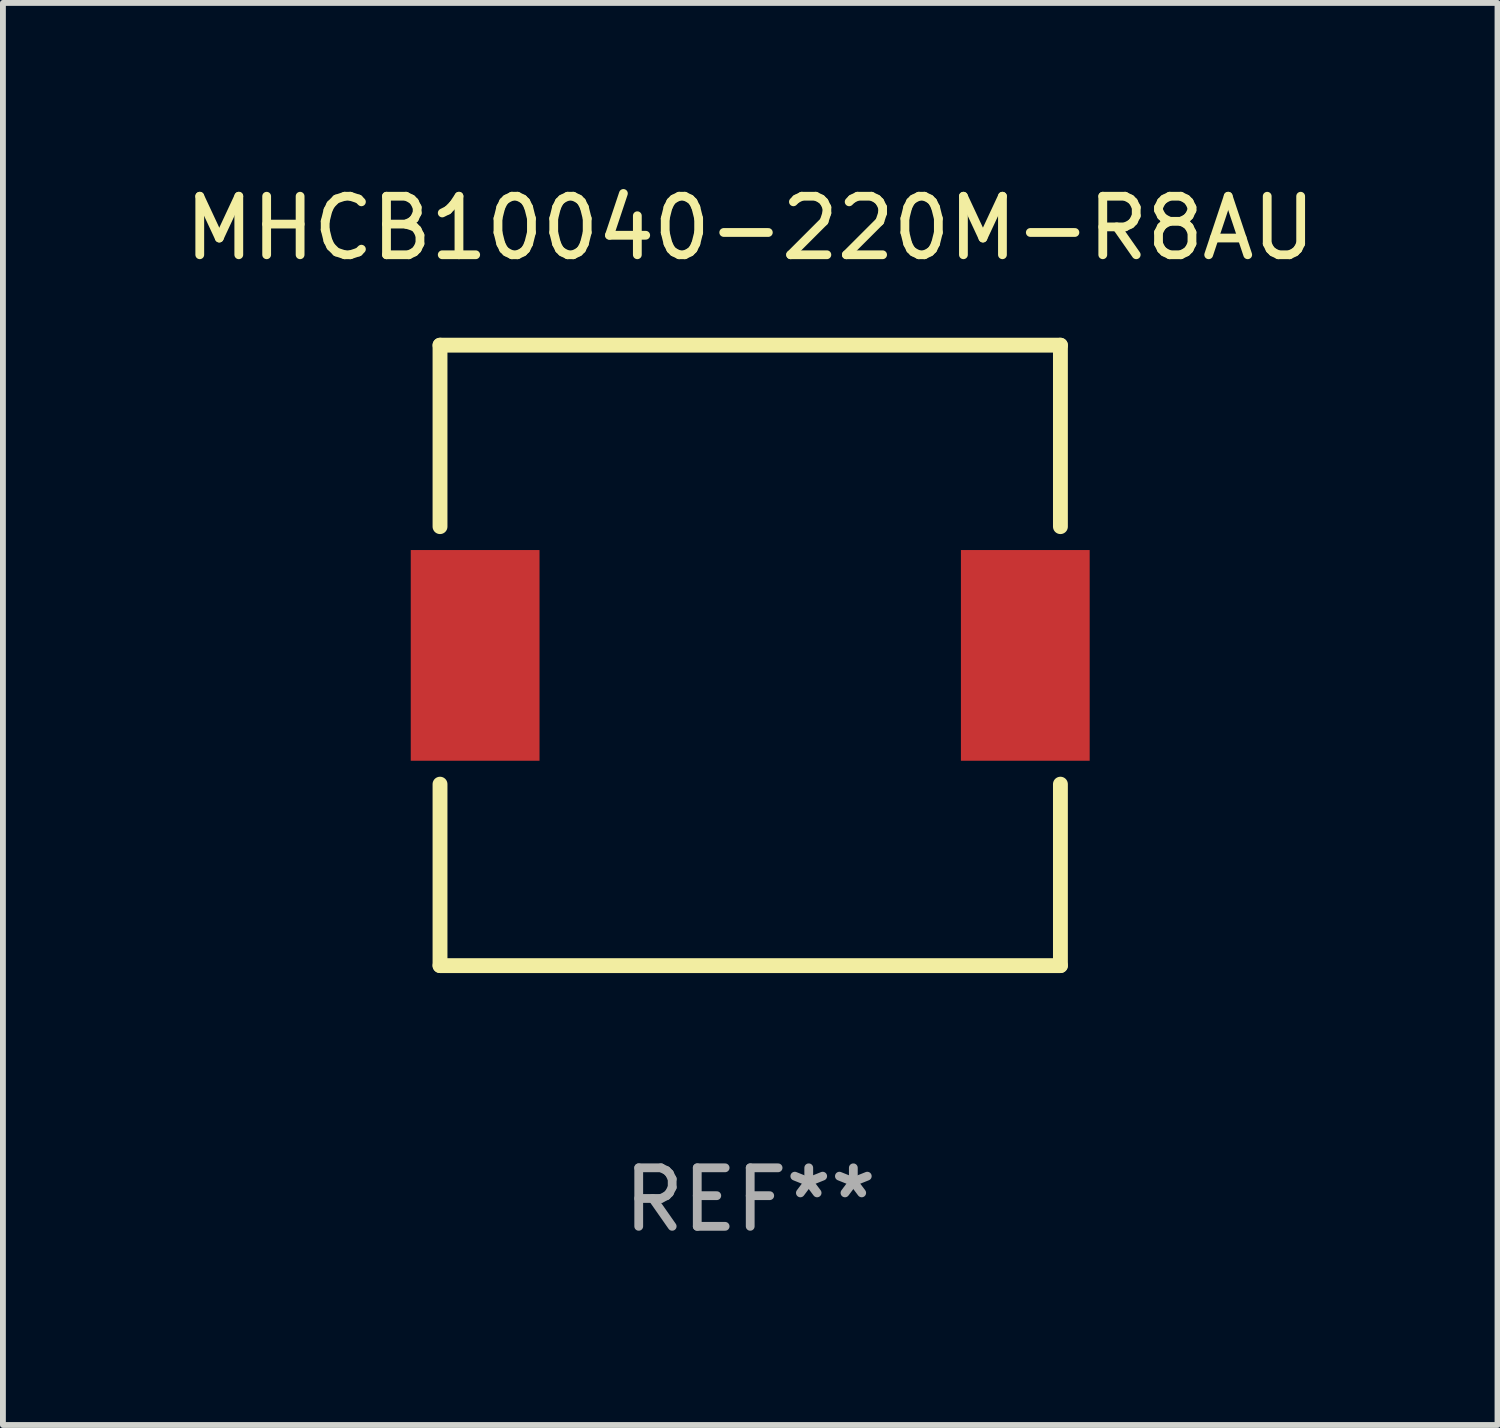
<source format=kicad_pcb>
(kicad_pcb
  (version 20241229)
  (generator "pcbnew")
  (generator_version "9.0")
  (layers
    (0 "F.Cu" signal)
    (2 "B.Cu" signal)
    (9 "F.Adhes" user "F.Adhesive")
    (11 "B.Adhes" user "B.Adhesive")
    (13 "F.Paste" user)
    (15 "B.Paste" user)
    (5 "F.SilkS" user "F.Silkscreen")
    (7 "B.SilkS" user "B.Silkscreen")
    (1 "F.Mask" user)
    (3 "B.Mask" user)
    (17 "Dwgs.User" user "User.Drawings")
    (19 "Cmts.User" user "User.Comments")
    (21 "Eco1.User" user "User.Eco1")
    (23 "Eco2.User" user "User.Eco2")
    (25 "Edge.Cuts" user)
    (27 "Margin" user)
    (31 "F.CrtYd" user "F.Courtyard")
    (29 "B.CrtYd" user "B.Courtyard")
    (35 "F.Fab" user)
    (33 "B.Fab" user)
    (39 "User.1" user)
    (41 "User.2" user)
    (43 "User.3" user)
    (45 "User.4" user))
  (footprint "MHCB10040-220M-R8AU"
    (layer "F.Cu")
    (at 9.768 8.148)
    (property "Reference" "MHCB10040-220M-R8AU" (at 0 -7.3 0) (layer "F.SilkS") (effects (font (size 1 1) (thickness 0.15))))
    (attr through_hole)
    (fp_line (start -5.3 5.3) (end 5.3 5.3) (stroke (width 0.254) (type solid)) (layer "F.SilkS"))
    (fp_line (start -5.3 -5.3) (end -5.3 -2.2) (stroke (width 0.254) (type solid)) (layer "F.SilkS"))
    (fp_line (start -5.3 -5.3) (end 5.3 -5.3) (stroke (width 0.254) (type solid)) (layer "F.SilkS"))
    (fp_line (start -5.3 2.2) (end -5.3 5.3) (stroke (width 0.254) (type solid)) (layer "F.SilkS"))
    (fp_line (start 5.3 2.2) (end 5.3 5.3) (stroke (width 0.254) (type solid)) (layer "F.SilkS"))
    (fp_line (start 5.3 -5.3) (end 5.3 -2.2) (stroke (width 0.254) (type solid)) (layer "F.SilkS"))
    (fp_circle (center -5.3 5.25) (end -5.27 5.25) (stroke (width 0.06) (type solid)) (fill no) (layer "F.SilkS"))
    (fp_text user "REF**" (at 0 9.3 0) (layer "F.Fab") (effects (font (size 1 1) (thickness 0.15))))
    (pad "1" smd rect (at -4.7 0) (size 2.2 3.6) (layers "F.Cu" "F.Mask" "F.Paste"))
    (pad "2" smd rect (at 4.7 0) (size 2.2 3.6) (layers "F.Cu" "F.Mask" "F.Paste")))
  (gr_rect
    (start -3 -3)
    (end 22.536 21.297)
    (stroke (width 0.1) (type default))
    (fill no)
    (layer "Edge.Cuts")))
</source>
